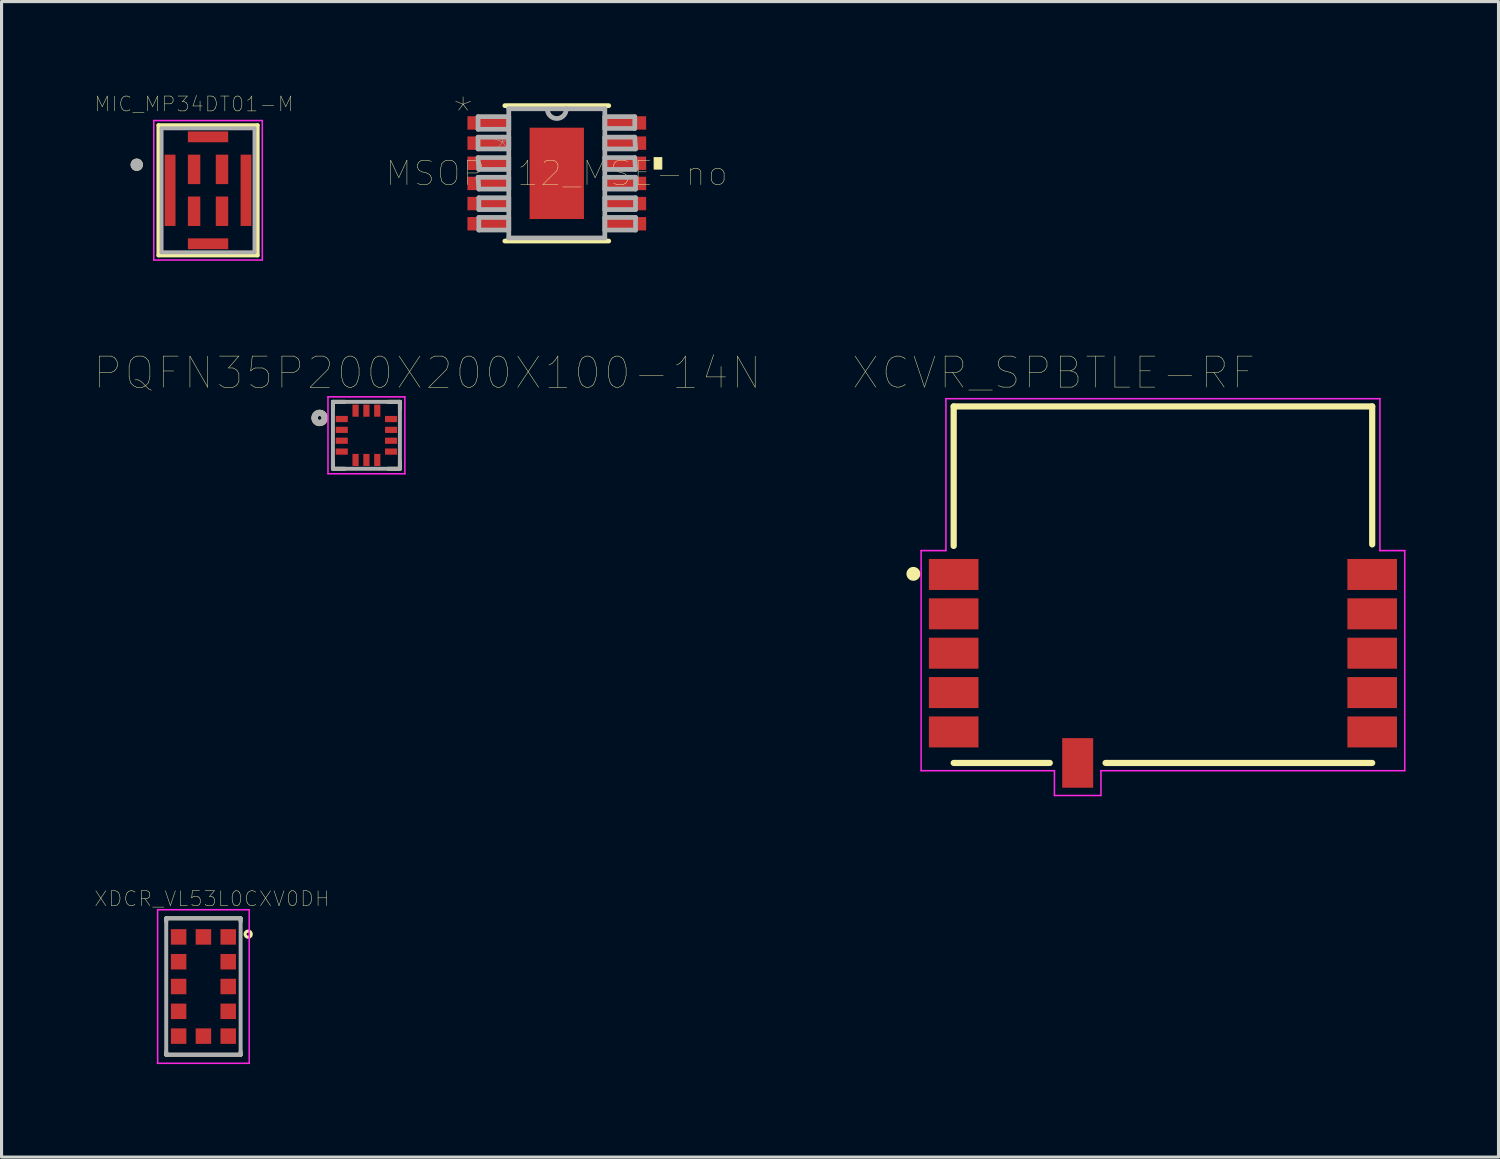
<source format=kicad_pcb>
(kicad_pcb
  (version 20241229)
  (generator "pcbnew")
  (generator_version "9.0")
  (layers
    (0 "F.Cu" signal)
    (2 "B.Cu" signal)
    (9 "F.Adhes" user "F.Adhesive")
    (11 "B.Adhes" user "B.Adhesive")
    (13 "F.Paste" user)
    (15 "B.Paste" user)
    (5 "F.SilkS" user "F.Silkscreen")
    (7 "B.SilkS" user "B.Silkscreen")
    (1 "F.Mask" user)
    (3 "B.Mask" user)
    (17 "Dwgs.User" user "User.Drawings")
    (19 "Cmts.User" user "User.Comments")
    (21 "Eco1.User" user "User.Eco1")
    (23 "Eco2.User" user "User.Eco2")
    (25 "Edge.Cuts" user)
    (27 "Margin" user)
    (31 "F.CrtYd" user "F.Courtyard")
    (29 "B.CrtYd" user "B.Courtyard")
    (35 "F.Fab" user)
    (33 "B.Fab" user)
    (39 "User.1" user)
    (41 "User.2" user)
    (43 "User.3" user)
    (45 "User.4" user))
  (footprint "PQFN35P200X200X100-14N"
    (layer "F.Cu")
    (at 8.77 10.992)
    (property "Reference" "PQFN35P200X200X100-14N" (at 1.964 -2.014 0) (layer "F.SilkS") (effects (font (size 1.005 1.005) (thickness 0.015))))
    (attr through_hole)
    (fp_line (start -1.08 -1.08) (end -1.08 -0.85) (stroke (width 0.127) (type solid)) (layer "F.SilkS"))
    (fp_line (start -1.08 0.85) (end -1.08 1.08) (stroke (width 0.127) (type solid)) (layer "F.SilkS"))
    (fp_line (start -1.08 1.08) (end -0.7 1.08) (stroke (width 0.127) (type solid)) (layer "F.SilkS"))
    (fp_line (start -0.7 -1.08) (end -1.08 -1.08) (stroke (width 0.127) (type solid)) (layer "F.SilkS"))
    (fp_line (start 0.7 -1.08) (end 1.08 -1.08) (stroke (width 0.127) (type solid)) (layer "F.SilkS"))
    (fp_line (start 0.7 1.08) (end 1.08 1.08) (stroke (width 0.127) (type solid)) (layer "F.SilkS"))
    (fp_line (start 1.08 -1.08) (end 1.08 -0.85) (stroke (width 0.127) (type solid)) (layer "F.SilkS"))
    (fp_line (start 1.08 1.08) (end 1.08 0.85) (stroke (width 0.127) (type solid)) (layer "F.SilkS"))
    (fp_circle (center -1.51 -0.56) (end -1.446 -0.56) (stroke (width 0.2) (type solid)) (fill no) (layer "F.SilkS"))
    (fp_line (start -1.24 -1.24) (end 1.24 -1.24) (stroke (width 0.05) (type solid)) (layer "F.CrtYd"))
    (fp_line (start -1.24 1.24) (end -1.24 -1.24) (stroke (width 0.05) (type solid)) (layer "F.CrtYd"))
    (fp_line (start 1.24 -1.24) (end 1.24 1.24) (stroke (width 0.05) (type solid)) (layer "F.CrtYd"))
    (fp_line (start 1.24 1.24) (end -1.24 1.24) (stroke (width 0.05) (type solid)) (layer "F.CrtYd"))
    (fp_line (start -1.08 -1.08) (end 1.08 -1.08) (stroke (width 0.127) (type solid)) (layer "F.Fab"))
    (fp_line (start -1.08 1.08) (end -1.08 -1.08) (stroke (width 0.127) (type solid)) (layer "F.Fab"))
    (fp_line (start 1.08 -1.08) (end 1.08 1.08) (stroke (width 0.127) (type solid)) (layer "F.Fab"))
    (fp_line (start 1.08 1.08) (end -1.08 1.08) (stroke (width 0.127) (type solid)) (layer "F.Fab"))
    (fp_circle (center -1.51 -0.56) (end -1.446 -0.56) (stroke (width 0.2) (type solid)) (fill no) (layer "F.Fab"))
    (pad "1" smd rect (at -0.795 -0.525) (size 0.39 0.2) (layers "F.Cu" "F.Mask" "F.Paste"))
    (pad "2" smd rect (at -0.795 -0.175) (size 0.39 0.2) (layers "F.Cu" "F.Mask" "F.Paste"))
    (pad "3" smd rect (at -0.795 0.175) (size 0.39 0.2) (layers "F.Cu" "F.Mask" "F.Paste"))
    (pad "4" smd rect (at -0.795 0.525) (size 0.39 0.2) (layers "F.Cu" "F.Mask" "F.Paste"))
    (pad "5" smd rect (at -0.35 0.795) (size 0.2 0.39) (layers "F.Cu" "F.Mask" "F.Paste"))
    (pad "6" smd rect (at 0 0.795) (size 0.2 0.39) (layers "F.Cu" "F.Mask" "F.Paste"))
    (pad "7" smd rect (at 0.35 0.795) (size 0.2 0.39) (layers "F.Cu" "F.Mask" "F.Paste"))
    (pad "8" smd rect (at 0.795 0.525) (size 0.39 0.2) (layers "F.Cu" "F.Mask" "F.Paste"))
    (pad "9" smd rect (at 0.795 0.175) (size 0.39 0.2) (layers "F.Cu" "F.Mask" "F.Paste"))
    (pad "10" smd rect (at 0.795 -0.175) (size 0.39 0.2) (layers "F.Cu" "F.Mask" "F.Paste"))
    (pad "11" smd rect (at 0.795 -0.525) (size 0.39 0.2) (layers "F.Cu" "F.Mask" "F.Paste"))
    (pad "12" smd rect (at 0.35 -0.795) (size 0.2 0.39) (layers "F.Cu" "F.Mask" "F.Paste"))
    (pad "13" smd rect (at 0 -0.795) (size 0.2 0.39) (layers "F.Cu" "F.Mask" "F.Paste"))
    (pad "14" smd rect (at -0.35 -0.795) (size 0.2 0.39) (layers "F.Cu" "F.Mask" "F.Paste")))
  (footprint "MIC_MP34DT01-M"
    (layer "F.Cu")
    (at 3.661 3.089)
    (property "Reference" "MIC_MP34DT01-M" (at -0.452 -2.782 0) (layer "F.SilkS") (effects (font (size 0.48 0.48) (thickness 0.015))))
    (attr through_hole)
    (fp_line (start -1.6 -2.1) (end 1.6 -2.1) (stroke (width 0.127) (type solid)) (layer "F.SilkS"))
    (fp_line (start -1.6 2.1) (end -1.6 -2.1) (stroke (width 0.127) (type solid)) (layer "F.SilkS"))
    (fp_line (start 1.6 -2.1) (end 1.6 2.1) (stroke (width 0.127) (type solid)) (layer "F.SilkS"))
    (fp_line (start 1.6 2.1) (end -1.6 2.1) (stroke (width 0.127) (type solid)) (layer "F.SilkS"))
    (fp_circle (center -2.3 -0.825) (end -2.2 -0.825) (stroke (width 0.2) (type solid)) (fill no) (layer "F.SilkS"))
    (fp_line (start -1.75 -2.25) (end 1.75 -2.25) (stroke (width 0.05) (type solid)) (layer "F.CrtYd"))
    (fp_line (start -1.75 2.25) (end -1.75 -2.25) (stroke (width 0.05) (type solid)) (layer "F.CrtYd"))
    (fp_line (start 1.75 -2.25) (end 1.75 2.25) (stroke (width 0.05) (type solid)) (layer "F.CrtYd"))
    (fp_line (start 1.75 2.25) (end -1.75 2.25) (stroke (width 0.05) (type solid)) (layer "F.CrtYd"))
    (fp_line (start -1.5 -2) (end 1.5 -2) (stroke (width 0.127) (type solid)) (layer "F.Fab"))
    (fp_line (start -1.5 2) (end -1.5 -2) (stroke (width 0.127) (type solid)) (layer "F.Fab"))
    (fp_line (start 1.5 -2) (end 1.5 2) (stroke (width 0.127) (type solid)) (layer "F.Fab"))
    (fp_line (start 1.5 2) (end -1.5 2) (stroke (width 0.127) (type solid)) (layer "F.Fab"))
    (fp_circle (center -2.3 -0.825) (end -2.2 -0.825) (stroke (width 0.2) (type solid)) (fill no) (layer "F.Fab"))
    (pad "1" smd rect (at -0.45 -0.675) (size 0.4 0.95) (layers "F.Cu" "F.Mask" "F.Paste"))
    (pad "2" smd rect (at -0.45 0.675) (size 0.4 0.95) (layers "F.Cu" "F.Mask" "F.Paste"))
    (pad "3" smd rect (at 0.45 0.675) (size 0.4 0.95) (layers "F.Cu" "F.Mask" "F.Paste"))
    (pad "4" smd rect (at 0.45 -0.675) (size 0.4 0.95) (layers "F.Cu" "F.Mask" "F.Paste"))
    (pad "5_1" smd rect (at 0 -1.725) (size 1.3 0.35) (layers "F.Cu" "F.Mask" "F.Paste"))
    (pad "5_2" smd rect (at 1.225 0) (size 0.35 2.3) (layers "F.Cu" "F.Mask" "F.Paste"))
    (pad "5_3" smd rect (at 0 1.725) (size 1.3 0.35) (layers "F.Cu" "F.Mask" "F.Paste"))
    (pad "5_4" smd rect (at -1.225 0) (size 0.35 2.3) (layers "F.Cu" "F.Mask" "F.Paste")))
  (footprint "XDCR_VL53L0CXV0DH"
    (layer "F.Cu")
    (at 3.512 28.773)
    (property "Reference" "XDCR_VL53L0CXV0DH" (at 0.274 -2.83 0) (layer "F.SilkS") (effects (font (size 0.481 0.481) (thickness 0.015))))
    (attr through_hole)
    (fp_line (start -1.2 -2.2) (end -1.2 -2.1) (stroke (width 0.127) (type solid)) (layer "F.SilkS"))
    (fp_line (start -1.2 -2.2) (end 1.2 -2.2) (stroke (width 0.127) (type solid)) (layer "F.SilkS"))
    (fp_line (start -1.2 2.2) (end -1.2 2.1) (stroke (width 0.127) (type solid)) (layer "F.SilkS"))
    (fp_line (start 1.2 -2.2) (end 1.2 -2.1) (stroke (width 0.127) (type solid)) (layer "F.SilkS"))
    (fp_line (start 1.2 2.2) (end -1.2 2.2) (stroke (width 0.127) (type solid)) (layer "F.SilkS"))
    (fp_line (start 1.2 2.2) (end 1.2 2.1) (stroke (width 0.127) (type solid)) (layer "F.SilkS"))
    (fp_circle (center 1.444 -1.689) (end 1.544 -1.689) (stroke (width 0.1) (type solid)) (fill no) (layer "F.SilkS"))
    (fp_line (start -1.477 -2.477) (end 1.477 -2.477) (stroke (width 0.05) (type solid)) (layer "F.CrtYd"))
    (fp_line (start -1.477 2.477) (end -1.477 -2.477) (stroke (width 0.05) (type solid)) (layer "F.CrtYd"))
    (fp_line (start 1.477 -2.477) (end 1.477 2.477) (stroke (width 0.05) (type solid)) (layer "F.CrtYd"))
    (fp_line (start 1.477 2.477) (end -1.477 2.477) (stroke (width 0.05) (type solid)) (layer "F.CrtYd"))
    (fp_line (start -1.2 -2.2) (end 1.2 -2.2) (stroke (width 0.127) (type solid)) (layer "F.Fab"))
    (fp_line (start -1.2 2.2) (end -1.2 -2.2) (stroke (width 0.127) (type solid)) (layer "F.Fab"))
    (fp_line (start 1.2 -2.2) (end 1.2 2.2) (stroke (width 0.127) (type solid)) (layer "F.Fab"))
    (fp_line (start 1.2 2.2) (end -1.2 2.2) (stroke (width 0.127) (type solid)) (layer "F.Fab"))
    (pad "1" smd rect (at 0.8 -1.6) (size 0.5 0.5) (layers "F.Cu" "F.Mask" "F.Paste"))
    (pad "2" smd rect (at 0.8 -0.8) (size 0.5 0.5) (layers "F.Cu" "F.Mask" "F.Paste"))
    (pad "3" smd rect (at 0.8 0) (size 0.5 0.5) (layers "F.Cu" "F.Mask" "F.Paste"))
    (pad "4" smd rect (at 0.8 0.8) (size 0.5 0.5) (layers "F.Cu" "F.Mask" "F.Paste"))
    (pad "5" smd rect (at 0.8 1.6) (size 0.5 0.5) (layers "F.Cu" "F.Mask" "F.Paste"))
    (pad "6" smd rect (at 0 1.6) (size 0.5 0.5) (layers "F.Cu" "F.Mask" "F.Paste"))
    (pad "7" smd rect (at -0.8 1.6) (size 0.5 0.5) (layers "F.Cu" "F.Mask" "F.Paste"))
    (pad "8" smd rect (at -0.8 0.8) (size 0.5 0.5) (layers "F.Cu" "F.Mask" "F.Paste"))
    (pad "9" smd rect (at -0.8 0) (size 0.5 0.5) (layers "F.Cu" "F.Mask" "F.Paste"))
    (pad "10" smd rect (at -0.8 -0.8) (size 0.5 0.5) (layers "F.Cu" "F.Mask" "F.Paste"))
    (pad "11" smd rect (at -0.8 -1.6) (size 0.5 0.5) (layers "F.Cu" "F.Mask" "F.Paste"))
    (pad "12" smd rect (at 0 -1.6) (size 0.5 0.5) (layers "F.Cu" "F.Mask" "F.Paste")))
  (footprint "XCVR_SPBTLE-RF"
    (layer "F.Cu")
    (at 34.464 15.811)
    (property "Reference" "XCVR_SPBTLE-RF" (at -3.526 -6.836 0) (layer "F.SilkS") (effects (font (size 1 1) (thickness 0.015))))
    (attr through_hole)
    (fp_line (start -6.75 -5.75) (end 6.75 -5.75) (stroke (width 0.2) (type solid)) (layer "F.SilkS"))
    (fp_line (start -6.75 -1.25) (end -6.75 -5.75) (stroke (width 0.2) (type solid)) (layer "F.SilkS"))
    (fp_line (start -3.65 5.75) (end -6.75 5.75) (stroke (width 0.2) (type solid)) (layer "F.SilkS"))
    (fp_line (start 6.75 -5.75) (end 6.75 -1.3) (stroke (width 0.2) (type solid)) (layer "F.SilkS"))
    (fp_line (start 6.75 5.75) (end -1.85 5.75) (stroke (width 0.2) (type solid)) (layer "F.SilkS"))
    (fp_circle (center -8.05 -0.35) (end -7.826 -0.35) (stroke (width 0) (type solid)) (fill yes) (layer "F.SilkS"))
    (fp_line (start -7.8 -1.1) (end -7 -1.1) (stroke (width 0.05) (type solid)) (layer "F.CrtYd"))
    (fp_line (start -7.8 6) (end -7.8 -1.1) (stroke (width 0.05) (type solid)) (layer "F.CrtYd"))
    (fp_line (start -7 -6) (end 7 -6) (stroke (width 0.05) (type solid)) (layer "F.CrtYd"))
    (fp_line (start -7 -1.1) (end -7 -6) (stroke (width 0.05) (type solid)) (layer "F.CrtYd"))
    (fp_line (start -3.5 6) (end -7.8 6) (stroke (width 0.05) (type solid)) (layer "F.CrtYd"))
    (fp_line (start -3.5 6.8) (end -3.5 6) (stroke (width 0.05) (type solid)) (layer "F.CrtYd"))
    (fp_line (start -2 6) (end -2 6.8) (stroke (width 0.05) (type solid)) (layer "F.CrtYd"))
    (fp_line (start -2 6.8) (end -3.5 6.8) (stroke (width 0.05) (type solid)) (layer "F.CrtYd"))
    (fp_line (start 7 -6) (end 7 -1.1) (stroke (width 0.05) (type solid)) (layer "F.CrtYd"))
    (fp_line (start 7 -1.1) (end 7.8 -1.1) (stroke (width 0.05) (type solid)) (layer "F.CrtYd"))
    (fp_line (start 7.8 -1.1) (end 7.8 6) (stroke (width 0.05) (type solid)) (layer "F.CrtYd"))
    (fp_line (start 7.8 6) (end -2 6) (stroke (width 0.05) (type solid)) (layer "F.CrtYd"))
    (pad "1" smd rect (at -6.75 -0.33) (size 1.6 1) (layers "F.Cu" "F.Mask" "F.Paste"))
    (pad "2" smd rect (at -6.75 0.94) (size 1.6 1) (layers "F.Cu" "F.Mask" "F.Paste"))
    (pad "3" smd rect (at -6.75 2.21) (size 1.6 1) (layers "F.Cu" "F.Mask" "F.Paste"))
    (pad "4" smd rect (at -6.75 3.48) (size 1.6 1) (layers "F.Cu" "F.Mask" "F.Paste"))
    (pad "5" smd rect (at -6.75 4.75) (size 1.6 1) (layers "F.Cu" "F.Mask" "F.Paste"))
    (pad "6" smd rect (at -2.75 5.75) (size 1 1.6) (layers "F.Cu" "F.Mask" "F.Paste"))
    (pad "7" smd rect (at 6.75 4.75) (size 1.6 1) (layers "F.Cu" "F.Mask" "F.Paste"))
    (pad "8" smd rect (at 6.75 3.48) (size 1.6 1) (layers "F.Cu" "F.Mask" "F.Paste"))
    (pad "9" smd rect (at 6.75 2.21) (size 1.6 1) (layers "F.Cu" "F.Mask" "F.Paste"))
    (pad "10" smd rect (at 6.75 0.94) (size 1.6 1) (layers "F.Cu" "F.Mask" "F.Paste"))
    (pad "11" smd rect (at 6.75 -0.33) (size 1.6 1) (layers "F.Cu" "F.Mask" "F.Paste")))
  (footprint "MSOP-12_MSE-no"
    (layer "F.Cu")
    (at 14.911 2.542)
    (property "Reference" "MSOP-12_MSE-no" (at 0 0 0) (layer "F.SilkS") (effects (font (size 0.787 0.787) (thickness 0.015))))
    (attr through_hole)
    (fp_line (start -1.676 2.184) (end 1.676 2.184) (stroke (width 0.152) (type solid)) (layer "F.SilkS"))
    (fp_line (start 1.676 -2.184) (end -1.676 -2.184) (stroke (width 0.152) (type solid)) (layer "F.SilkS"))
    (fp_poly (pts (xy 3.391 -0.516) (xy 3.391 -0.135) (xy 3.137 -0.135) (xy 3.137 -0.516)) (stroke (width 0.025) (type solid)) (fill yes) (layer "F.SilkS"))
    (fp_poly (pts (xy -0.776 -1.373) (xy -0.776 -0.1) (xy 0.776 -0.1) (xy 0.776 -1.373)) (stroke (width 0.025) (type solid)) (fill yes) (layer "F.Paste"))
    (fp_poly (pts (xy -0.776 0.1) (xy -0.776 1.373) (xy 0.776 1.373) (xy 0.776 0.1)) (stroke (width 0.025) (type solid)) (fill yes) (layer "F.Paste"))
    (fp_line (start -2.54 -1.829) (end -2.54 -1.422) (stroke (width 0.152) (type solid)) (layer "F.Fab"))
    (fp_line (start -2.54 -1.422) (end -1.549 -1.422) (stroke (width 0.152) (type solid)) (layer "F.Fab"))
    (fp_line (start -2.54 -1.168) (end -2.54 -0.787) (stroke (width 0.152) (type solid)) (layer "F.Fab"))
    (fp_line (start -2.54 -0.787) (end -1.549 -0.787) (stroke (width 0.152) (type solid)) (layer "F.Fab"))
    (fp_line (start -2.54 -0.508) (end -2.515 -0.127) (stroke (width 0.152) (type solid)) (layer "F.Fab"))
    (fp_line (start -2.54 0.127) (end -2.515 0.508) (stroke (width 0.152) (type solid)) (layer "F.Fab"))
    (fp_line (start -2.515 -0.127) (end -1.549 -0.127) (stroke (width 0.152) (type solid)) (layer "F.Fab"))
    (fp_line (start -2.515 0.508) (end -1.549 0.508) (stroke (width 0.152) (type solid)) (layer "F.Fab"))
    (fp_line (start -2.515 0.787) (end -2.515 1.168) (stroke (width 0.152) (type solid)) (layer "F.Fab"))
    (fp_line (start -2.515 1.168) (end -1.549 1.168) (stroke (width 0.152) (type solid)) (layer "F.Fab"))
    (fp_line (start -2.515 1.422) (end -2.515 1.829) (stroke (width 0.152) (type solid)) (layer "F.Fab"))
    (fp_line (start -2.515 1.829) (end -1.549 1.829) (stroke (width 0.152) (type solid)) (layer "F.Fab"))
    (fp_line (start -1.549 -2.083) (end -1.549 2.083) (stroke (width 0.152) (type solid)) (layer "F.Fab"))
    (fp_line (start -1.549 -1.829) (end -2.54 -1.829) (stroke (width 0.152) (type solid)) (layer "F.Fab"))
    (fp_line (start -1.549 -1.422) (end -1.549 -1.829) (stroke (width 0.152) (type solid)) (layer "F.Fab"))
    (fp_line (start -1.549 -1.168) (end -2.54 -1.168) (stroke (width 0.152) (type solid)) (layer "F.Fab"))
    (fp_line (start -1.549 -0.787) (end -1.549 -1.168) (stroke (width 0.152) (type solid)) (layer "F.Fab"))
    (fp_line (start -1.549 -0.508) (end -2.54 -0.508) (stroke (width 0.152) (type solid)) (layer "F.Fab"))
    (fp_line (start -1.549 -0.127) (end -1.549 -0.508) (stroke (width 0.152) (type solid)) (layer "F.Fab"))
    (fp_line (start -1.549 0.127) (end -2.54 0.127) (stroke (width 0.152) (type solid)) (layer "F.Fab"))
    (fp_line (start -1.549 0.508) (end -1.549 0.127) (stroke (width 0.152) (type solid)) (layer "F.Fab"))
    (fp_line (start -1.549 0.787) (end -2.515 0.787) (stroke (width 0.152) (type solid)) (layer "F.Fab"))
    (fp_line (start -1.549 1.168) (end -1.549 0.787) (stroke (width 0.152) (type solid)) (layer "F.Fab"))
    (fp_line (start -1.549 1.422) (end -2.515 1.422) (stroke (width 0.152) (type solid)) (layer "F.Fab"))
    (fp_line (start -1.549 1.829) (end -1.549 1.422) (stroke (width 0.152) (type solid)) (layer "F.Fab"))
    (fp_line (start -1.549 2.083) (end 1.549 2.083) (stroke (width 0.152) (type solid)) (layer "F.Fab"))
    (fp_line (start 0.305 -2.083) (end -1.549 -2.083) (stroke (width 0.152) (type solid)) (layer "F.Fab"))
    (fp_line (start 1.549 -2.083) (end 0.305 -2.083) (stroke (width 0.152) (type solid)) (layer "F.Fab"))
    (fp_line (start 1.549 -1.829) (end 1.549 -1.448) (stroke (width 0.152) (type solid)) (layer "F.Fab"))
    (fp_line (start 1.549 -1.448) (end 2.515 -1.448) (stroke (width 0.152) (type solid)) (layer "F.Fab"))
    (fp_line (start 1.549 -1.168) (end 1.549 -0.787) (stroke (width 0.152) (type solid)) (layer "F.Fab"))
    (fp_line (start 1.549 -0.787) (end 2.54 -0.787) (stroke (width 0.152) (type solid)) (layer "F.Fab"))
    (fp_line (start 1.549 -0.508) (end 1.549 -0.127) (stroke (width 0.152) (type solid)) (layer "F.Fab"))
    (fp_line (start 1.549 -0.127) (end 2.54 -0.127) (stroke (width 0.152) (type solid)) (layer "F.Fab"))
    (fp_line (start 1.549 0.127) (end 1.549 0.508) (stroke (width 0.152) (type solid)) (layer "F.Fab"))
    (fp_line (start 1.549 0.508) (end 2.54 0.508) (stroke (width 0.152) (type solid)) (layer "F.Fab"))
    (fp_line (start 1.549 0.787) (end 1.549 1.168) (stroke (width 0.152) (type solid)) (layer "F.Fab"))
    (fp_line (start 1.549 1.168) (end 2.54 1.168) (stroke (width 0.152) (type solid)) (layer "F.Fab"))
    (fp_line (start 1.549 1.422) (end 1.549 1.829) (stroke (width 0.152) (type solid)) (layer "F.Fab"))
    (fp_line (start 1.549 1.829) (end 2.54 1.829) (stroke (width 0.152) (type solid)) (layer "F.Fab"))
    (fp_line (start 1.549 2.083) (end 1.549 -2.083) (stroke (width 0.152) (type solid)) (layer "F.Fab"))
    (fp_line (start 2.515 -1.829) (end 1.549 -1.829) (stroke (width 0.152) (type solid)) (layer "F.Fab"))
    (fp_line (start 2.515 -1.448) (end 2.515 -1.829) (stroke (width 0.152) (type solid)) (layer "F.Fab"))
    (fp_line (start 2.515 -1.168) (end 1.549 -1.168) (stroke (width 0.152) (type solid)) (layer "F.Fab"))
    (fp_line (start 2.515 -0.508) (end 1.549 -0.508) (stroke (width 0.152) (type solid)) (layer "F.Fab"))
    (fp_line (start 2.54 -0.787) (end 2.515 -1.168) (stroke (width 0.152) (type solid)) (layer "F.Fab"))
    (fp_line (start 2.54 -0.127) (end 2.515 -0.508) (stroke (width 0.152) (type solid)) (layer "F.Fab"))
    (fp_line (start 2.54 0.127) (end 1.549 0.127) (stroke (width 0.152) (type solid)) (layer "F.Fab"))
    (fp_line (start 2.54 0.508) (end 2.54 0.127) (stroke (width 0.152) (type solid)) (layer "F.Fab"))
    (fp_line (start 2.54 0.787) (end 1.549 0.787) (stroke (width 0.152) (type solid)) (layer "F.Fab"))
    (fp_line (start 2.54 1.168) (end 2.54 0.787) (stroke (width 0.152) (type solid)) (layer "F.Fab"))
    (fp_line (start 2.54 1.422) (end 1.549 1.422) (stroke (width 0.152) (type solid)) (layer "F.Fab"))
    (fp_line (start 2.54 1.829) (end 2.54 1.422) (stroke (width 0.152) (type solid)) (layer "F.Fab"))
    (fp_arc (start 0.3048 -2.0828) (mid 0.0127 -1.7653) (end -0.3048 -2.0574) (stroke (width 0.1524) (type solid)) (layer "F.Fab"))
    (fp_text user "*" (at -3.023 -1.93 0) (layer "F.SilkS") (effects (font (size 1 1) (thickness 0.015))))
    (fp_text user "*" (at -1.753 -0.711 0) (layer "F.Fab") (effects (font (size 1 1) (thickness 0.015))))
    (pad "1" smd rect (at -2.184 -1.626) (size 1.397 0.432) (layers "F.Cu" "F.Mask" "F.Paste"))
    (pad "2" smd rect (at -2.184 -0.975) (size 1.397 0.432) (layers "F.Cu" "F.Mask" "F.Paste"))
    (pad "3" smd rect (at -2.184 -0.325) (size 1.397 0.432) (layers "F.Cu" "F.Mask" "F.Paste"))
    (pad "4" smd rect (at -2.184 0.325) (size 1.397 0.432) (layers "F.Cu" "F.Mask" "F.Paste"))
    (pad "5" smd rect (at -2.184 0.975) (size 1.397 0.432) (layers "F.Cu" "F.Mask" "F.Paste"))
    (pad "6" smd rect (at -2.184 1.626) (size 1.397 0.432) (layers "F.Cu" "F.Mask" "F.Paste"))
    (pad "7" smd rect (at 2.184 1.626) (size 1.397 0.432) (layers "F.Cu" "F.Mask" "F.Paste"))
    (pad "8" smd rect (at 2.184 0.975) (size 1.397 0.432) (layers "F.Cu" "F.Mask" "F.Paste"))
    (pad "9" smd rect (at 2.184 0.325) (size 1.397 0.432) (layers "F.Cu" "F.Mask" "F.Paste"))
    (pad "10" smd rect (at 2.184 -0.325) (size 1.397 0.432) (layers "F.Cu" "F.Mask" "F.Paste"))
    (pad "11" smd rect (at 2.184 -0.975) (size 1.397 0.432) (layers "F.Cu" "F.Mask" "F.Paste"))
    (pad "12" smd rect (at 2.184 -1.626) (size 1.397 0.432) (layers "F.Cu" "F.Mask" "F.Paste"))
    (pad "13" smd rect (at 0 0) (size 1.753 2.946) (layers "F.Cu" "F.Mask")))
  (gr_rect
    (start -3 -3)
    (end 45.289 34.275)
    (stroke (width 0.1) (type default))
    (fill no)
    (layer "Edge.Cuts")))
</source>
